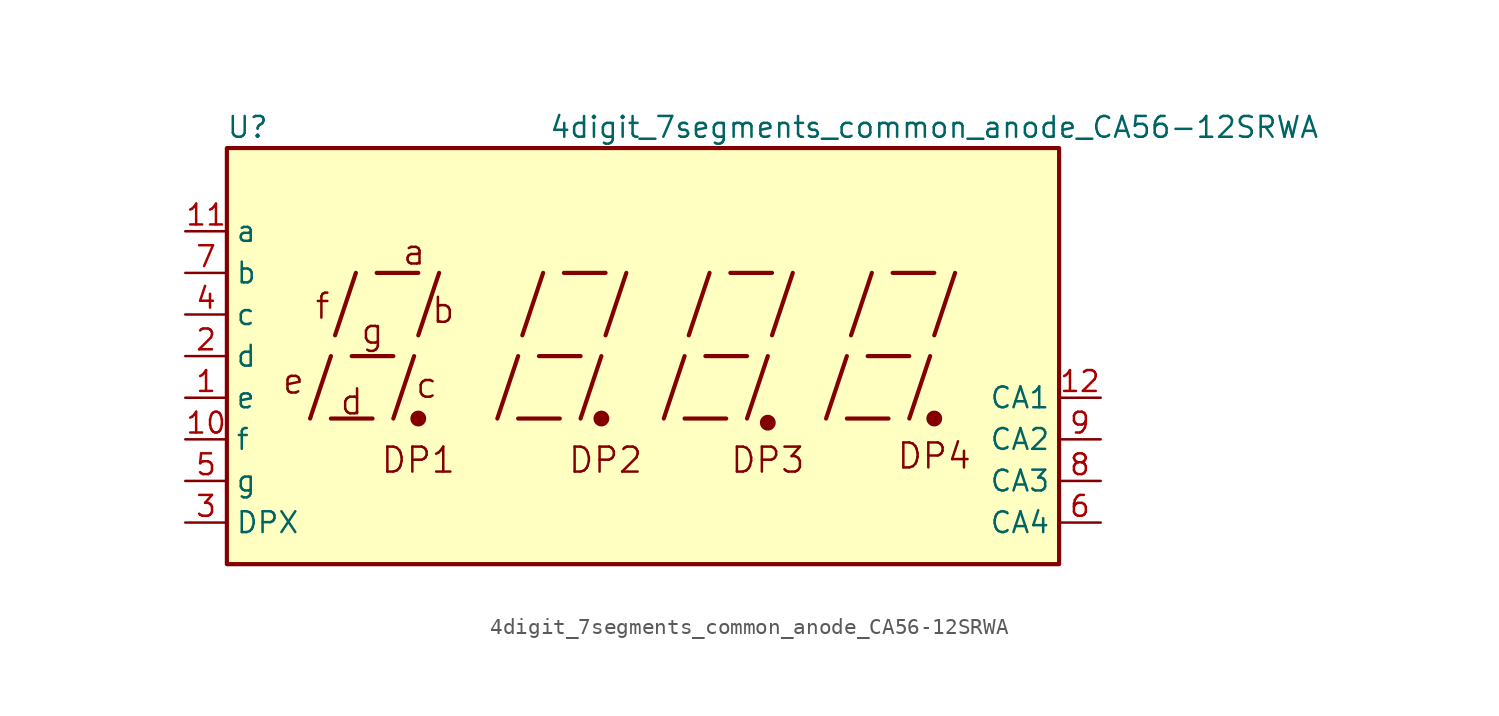
<source format=kicad_sym>
(kicad_symbol_lib
  (version 20211014)
  (generator kicad_symbol_editor)
  (symbol "4digit_7segments_common_anode_CA56-12SRWA"
    (property "Reference" "U"
      (at -24.13 13.97 0)
      (effects (font (size 1.27 1.27))))
    (property "Value" "4digit_7segments_common_anode_CA56-12SRWA"
      (at 17.78 13.97 0)
      (effects (font (size 1.27 1.27))))
    (symbol "4digit_7segments_common_anode_CA56-12SRWA_0_0"
      (rectangle (start -25.4 12.7) (end 25.4 -12.7) (stroke (width 0.254) (type default) (color 0 0 0 0)) (fill (type background)))
      (polyline (pts (xy -20.32 -3.81) (xy -19.05 0)) (stroke (width 0.254) (type default) (color 0 0 0 0)) (fill (type none)))
      (polyline (pts (xy -19.05 -3.81) (xy -16.51 -3.81)) (stroke (width 0.254) (type default) (color 0 0 0 0)) (fill (type none)))
      (polyline (pts (xy -18.796 1.27) (xy -17.526 5.08)) (stroke (width 0.254) (type default) (color 0 0 0 0)) (fill (type none)))
      (polyline (pts (xy -17.78 0) (xy -15.24 0)) (stroke (width 0.254) (type default) (color 0 0 0 0)) (fill (type none)))
      (polyline (pts (xy -16.256 5.08) (xy -13.716 5.08)) (stroke (width 0.254) (type default) (color 0 0 0 0)) (fill (type none)))
      (polyline (pts (xy -15.24 -3.81) (xy -13.97 0)) (stroke (width 0.254) (type default) (color 0 0 0 0)) (fill (type none)))
      (polyline (pts (xy -13.716 1.27) (xy -12.446 5.08)) (stroke (width 0.254) (type default) (color 0 0 0 0)) (fill (type none)))
      (polyline (pts (xy -8.89 -3.81) (xy -7.62 0)) (stroke (width 0.254) (type default) (color 0 0 0 0)) (fill (type none)))
      (polyline (pts (xy -7.62 -3.81) (xy -5.08 -3.81)) (stroke (width 0.254) (type default) (color 0 0 0 0)) (fill (type none)))
      (polyline (pts (xy -7.366 1.27) (xy -6.096 5.08)) (stroke (width 0.254) (type default) (color 0 0 0 0)) (fill (type none)))
      (polyline (pts (xy -6.35 0) (xy -3.81 0)) (stroke (width 0.254) (type default) (color 0 0 0 0)) (fill (type none)))
      (polyline (pts (xy -4.826 5.08) (xy -2.286 5.08)) (stroke (width 0.254) (type default) (color 0 0 0 0)) (fill (type none)))
      (polyline (pts (xy -3.81 -3.81) (xy -2.54 0)) (stroke (width 0.254) (type default) (color 0 0 0 0)) (fill (type none)))
      (polyline (pts (xy -2.286 1.27) (xy -1.016 5.08)) (stroke (width 0.254) (type default) (color 0 0 0 0)) (fill (type none)))
      (polyline (pts (xy 1.27 -3.81) (xy 2.54 0)) (stroke (width 0.254) (type default) (color 0 0 0 0)) (fill (type none)))
      (polyline (pts (xy 2.54 -3.81) (xy 5.08 -3.81)) (stroke (width 0.254) (type default) (color 0 0 0 0)) (fill (type none)))
      (polyline (pts (xy 2.794 1.27) (xy 4.064 5.08)) (stroke (width 0.254) (type default) (color 0 0 0 0)) (fill (type none)))
      (polyline (pts (xy 3.81 0) (xy 6.35 0)) (stroke (width 0.254) (type default) (color 0 0 0 0)) (fill (type none)))
      (polyline (pts (xy 5.334 5.08) (xy 7.874 5.08)) (stroke (width 0.254) (type default) (color 0 0 0 0)) (fill (type none)))
      (polyline (pts (xy 6.35 -3.81) (xy 7.62 0)) (stroke (width 0.254) (type default) (color 0 0 0 0)) (fill (type none)))
      (polyline (pts (xy 7.874 1.27) (xy 9.144 5.08)) (stroke (width 0.254) (type default) (color 0 0 0 0)) (fill (type none)))
      (polyline (pts (xy 11.176 -3.81) (xy 12.446 0)) (stroke (width 0.254) (type default) (color 0 0 0 0)) (fill (type none)))
      (polyline (pts (xy 12.446 -3.81) (xy 14.986 -3.81)) (stroke (width 0.254) (type default) (color 0 0 0 0)) (fill (type none)))
      (polyline (pts (xy 12.7 1.27) (xy 13.97 5.08)) (stroke (width 0.254) (type default) (color 0 0 0 0)) (fill (type none)))
      (polyline (pts (xy 13.716 0) (xy 16.256 0)) (stroke (width 0.254) (type default) (color 0 0 0 0)) (fill (type none)))
      (polyline (pts (xy 15.24 5.08) (xy 17.78 5.08)) (stroke (width 0.254) (type default) (color 0 0 0 0)) (fill (type none)))
      (polyline (pts (xy 16.256 -3.81) (xy 17.526 0)) (stroke (width 0.254) (type default) (color 0 0 0 0)) (fill (type none)))
      (polyline (pts (xy 17.78 1.27) (xy 19.05 5.08)) (stroke (width 0.254) (type default) (color 0 0 0 0)) (fill (type none)))
      (text "a" (at -13.97 6.35 0) (effects (font (size 1.524 1.524))))
      (text "b" (at -12.192 2.794 0) (effects (font (size 1.524 1.524))))
      (text "c" (at -13.208 -1.778 0) (effects (font (size 1.524 1.524))))
      (text "d" (at -17.78 -2.794 0) (effects (font (size 1.524 1.524))))
      (text "DP1" (at -13.716 -6.35 0) (effects (font (size 1.524 1.524))))
      (text "DP2" (at -2.286 -6.35 0) (effects (font (size 1.524 1.524))))
      (text "DP3" (at 7.62 -6.35 0) (effects (font (size 1.524 1.524))))
      (text "DP4" (at 17.78 -6.096 0) (effects (font (size 1.524 1.524))))
      (text "e" (at -21.336 -1.524 0) (effects (font (size 1.524 1.524))))
      (text "f" (at -19.558 3.048 0) (effects (font (size 1.524 1.524))))
      (text "g" (at -16.51 1.524 0) (effects (font (size 1.524 1.524)))))
    (symbol "4digit_7segments_common_anode_CA56-12SRWA_0_1"
      (circle (center -13.716 -3.81) (radius 0.356) (stroke (width 0.254) (type default) (color 0 0 0 0)) (fill (type outline)))
      (circle (center -2.54 -3.81) (radius 0.356) (stroke (width 0.254) (type default) (color 0 0 0 0)) (fill (type outline))))
    (symbol "4digit_7segments_common_anode_CA56-12SRWA_1_0"
      (circle (center 7.62 -4.064) (radius 0.356) (stroke (width 0.254) (type default) (color 0 0 0 0)) (fill (type outline)))
      (circle (center 17.78 -3.81) (radius 0.356) (stroke (width 0.254) (type default) (color 0 0 0 0)) (fill (type outline))))
    (symbol "4digit_7segments_common_anode_CA56-12SRWA_1_1"
      (pin input line (at -27.94 -2.54 0) (length 2.54) (name "e" (effects (font (size 1.27 1.27)))) (number "1" (effects (font (size 1.27 1.27)))))
      (pin input line (at -27.94 -5.08 0) (length 2.54) (name "f" (effects (font (size 1.27 1.27)))) (number "10" (effects (font (size 1.27 1.27)))))
      (pin input line (at -27.94 7.62 0) (length 2.54) (name "a" (effects (font (size 1.27 1.27)))) (number "11" (effects (font (size 1.27 1.27)))))
      (pin input line (at 27.94 -2.54 180) (length 2.54) (name "CA1" (effects (font (size 1.27 1.27)))) (number "12" (effects (font (size 1.27 1.27)))))
      (pin input line (at -27.94 0 0) (length 2.54) (name "d" (effects (font (size 1.27 1.27)))) (number "2" (effects (font (size 1.27 1.27)))))
      (pin input line (at -27.94 -10.16 0) (length 2.54) (name "DPX" (effects (font (size 1.27 1.27)))) (number "3" (effects (font (size 1.27 1.27)))))
      (pin input line (at -27.94 2.54 0) (length 2.54) (name "c" (effects (font (size 1.27 1.27)))) (number "4" (effects (font (size 1.27 1.27)))))
      (pin input line (at -27.94 -7.62 0) (length 2.54) (name "g" (effects (font (size 1.27 1.27)))) (number "5" (effects (font (size 1.27 1.27)))))
      (pin input line (at 27.94 -10.16 180) (length 2.54) (name "CA4" (effects (font (size 1.27 1.27)))) (number "6" (effects (font (size 1.27 1.27)))))
      (pin input line (at -27.94 5.08 0) (length 2.54) (name "b" (effects (font (size 1.27 1.27)))) (number "7" (effects (font (size 1.27 1.27)))))
      (pin input line (at 27.94 -7.62 180) (length 2.54) (name "CA3" (effects (font (size 1.27 1.27)))) (number "8" (effects (font (size 1.27 1.27)))))
      (pin input line (at 27.94 -5.08 180) (length 2.54) (name "CA2" (effects (font (size 1.27 1.27)))) (number "9" (effects (font (size 1.27 1.27))))))))
</source>
